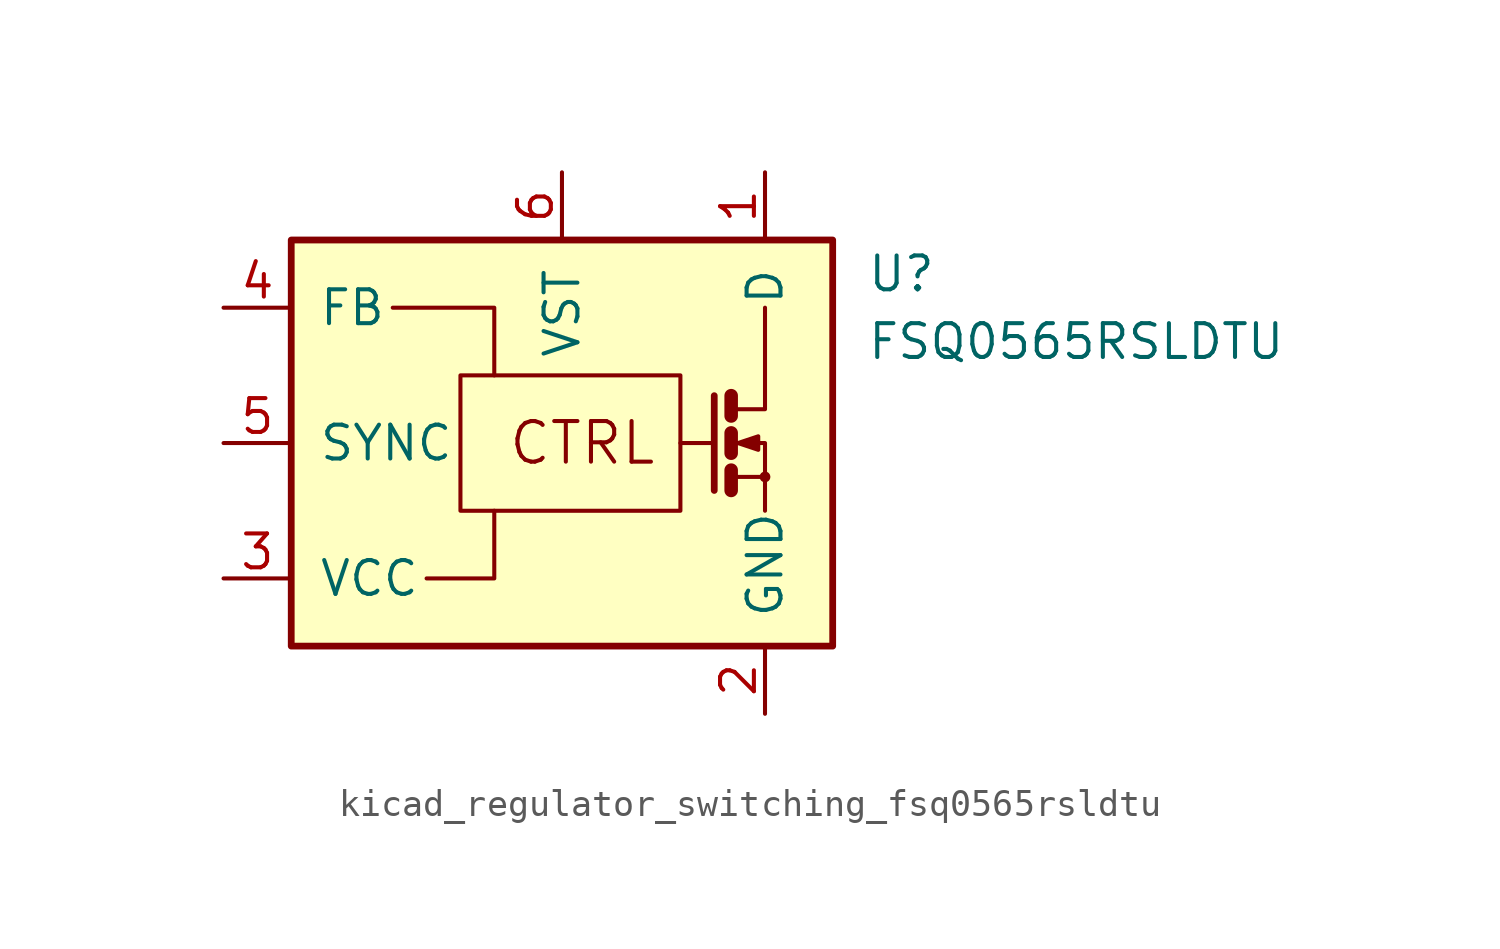
<source format=kicad_sym>
(kicad_symbol_lib
  (version 20220914)
  (generator kicad_symbol_editor)
  (symbol "kicad_regulator_switching_fsq0565rsldtu"
    (pin_names
      (offset 1.016))
    (property "Reference" "U"
      (at 11.43 6.35 0)
      (effects (font (size 1.27 1.27)) (justify left)))
    (property "Value" "FSQ0565RSLDTU"
      (at 11.43 3.81 0)
      (effects (font (size 1.27 1.27)) (justify left)))
    (symbol "kicad_regulator_switching_fsq0565rsldtu_0_0"
      (rectangle (start -10.16 7.62) (end 10.16 -7.62) (stroke (width 0.254) (type default)) (fill (type background)))
      (rectangle (start -3.81 2.54) (end 4.445 -2.54) (stroke (width 0) (type default)) (fill (type none)))
      (polyline (pts (xy 5.715 1.778) (xy 5.715 -1.778)) (stroke (width 0.254) (type default)) (fill (type none)))
      (polyline (pts (xy 6.35 -1.27) (xy 7.62 -1.27)) (stroke (width 0) (type default)) (fill (type none)))
      (polyline (pts (xy 6.35 -1.016) (xy 6.35 -1.778)) (stroke (width 0.508) (type default)) (fill (type none)))
      (polyline (pts (xy 6.35 0.381) (xy 6.35 -0.381)) (stroke (width 0.508) (type default)) (fill (type none)))
      (polyline (pts (xy 6.35 1.778) (xy 6.35 1.016)) (stroke (width 0.508) (type default)) (fill (type none)))
      (polyline (pts (xy 6.35 1.27) (xy 7.62 1.27) (xy 7.62 5.08)) (stroke (width 0) (type default)) (fill (type none)))
      (polyline (pts (xy 6.604 0) (xy 7.366 0.254) (xy 7.366 -0.254) (xy 6.604 0)) (stroke (width 0) (type default)) (fill (type outline)))
      (polyline (pts (xy 7.62 -1.905) (xy 7.62 -2.54) (xy 7.62 0) (xy 6.35 0)) (stroke (width 0) (type default)) (fill (type none)))
      (circle (center 7.62 -1.27) (radius 0.127) (stroke (width 0) (type default)) (fill (type none)))
      (text "CTRL" (at 0.762 0 0) (effects (font (size 1.524 1.524)))))
    (symbol "kicad_regulator_switching_fsq0565rsldtu_0_1"
      (polyline (pts (xy 4.445 0) (xy 5.715 0)) (stroke (width 0) (type default)) (fill (type none)))
      (polyline (pts (xy -6.35 5.08) (xy -2.54 5.08) (xy -2.54 2.54)) (stroke (width 0) (type default)) (fill (type none)))
      (polyline (pts (xy -5.08 -5.08) (xy -2.54 -5.08) (xy -2.54 -2.54)) (stroke (width 0) (type default)) (fill (type none))))
    (symbol "kicad_regulator_switching_fsq0565rsldtu_1_1"
      (pin passive line (at 7.62 10.16 270) (length 2.54) (name "D" (effects (font (size 1.27 1.27)))) (number "1" (effects (font (size 1.27 1.27)))))
      (pin power_in line (at 7.62 -10.16 90) (length 2.54) (name "GND" (effects (font (size 1.27 1.27)))) (number "2" (effects (font (size 1.27 1.27)))))
      (pin power_in line (at -12.7 -5.08 0) (length 2.54) (name "VCC" (effects (font (size 1.27 1.27)))) (number "3" (effects (font (size 1.27 1.27)))))
      (pin passive line (at -12.7 5.08 0) (length 2.54) (name "FB" (effects (font (size 1.27 1.27)))) (number "4" (effects (font (size 1.27 1.27)))))
      (pin passive line (at -12.7 0 0) (length 2.54) (name "SYNC" (effects (font (size 1.27 1.27)))) (number "5" (effects (font (size 1.27 1.27)))))
      (pin passive line (at 0 10.16 270) (length 2.54) (name "VST" (effects (font (size 1.27 1.27)))) (number "6" (effects (font (size 1.27 1.27))))))))
</source>
